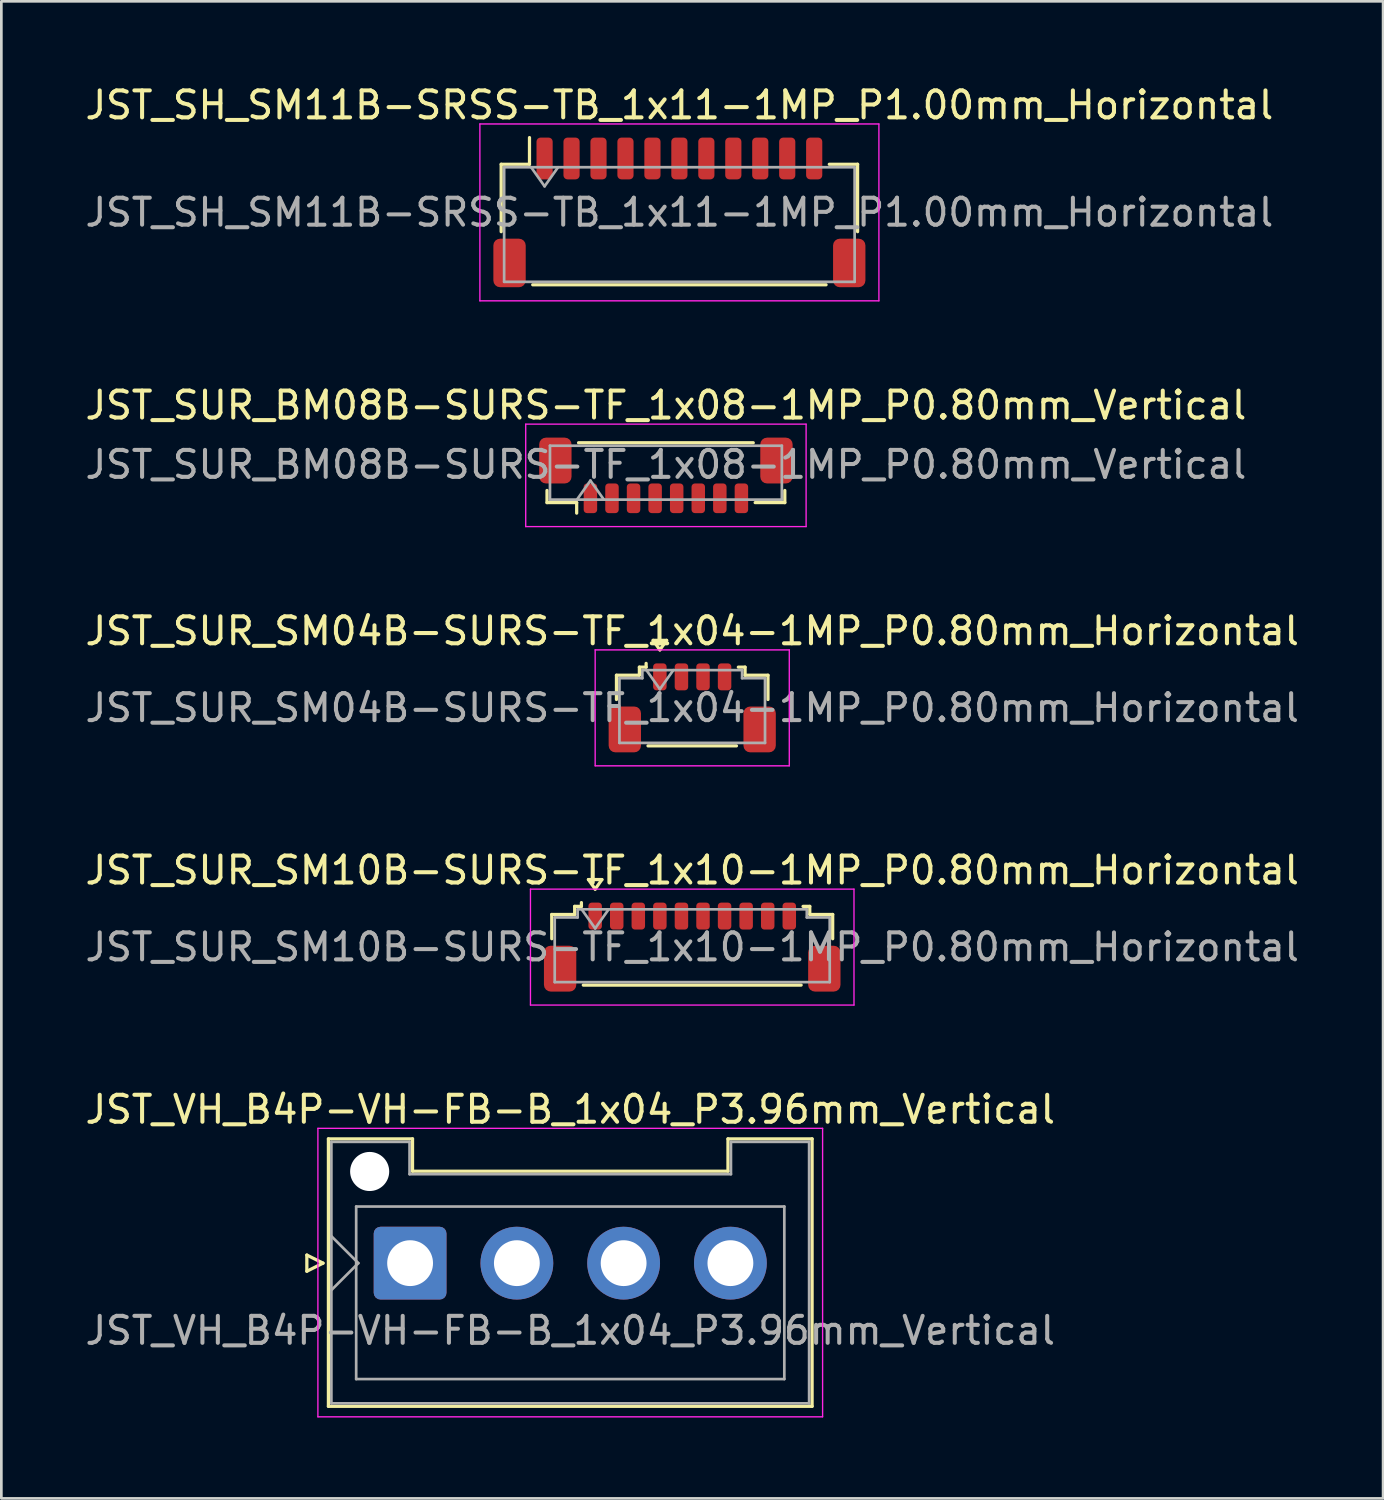
<source format=kicad_pcb>
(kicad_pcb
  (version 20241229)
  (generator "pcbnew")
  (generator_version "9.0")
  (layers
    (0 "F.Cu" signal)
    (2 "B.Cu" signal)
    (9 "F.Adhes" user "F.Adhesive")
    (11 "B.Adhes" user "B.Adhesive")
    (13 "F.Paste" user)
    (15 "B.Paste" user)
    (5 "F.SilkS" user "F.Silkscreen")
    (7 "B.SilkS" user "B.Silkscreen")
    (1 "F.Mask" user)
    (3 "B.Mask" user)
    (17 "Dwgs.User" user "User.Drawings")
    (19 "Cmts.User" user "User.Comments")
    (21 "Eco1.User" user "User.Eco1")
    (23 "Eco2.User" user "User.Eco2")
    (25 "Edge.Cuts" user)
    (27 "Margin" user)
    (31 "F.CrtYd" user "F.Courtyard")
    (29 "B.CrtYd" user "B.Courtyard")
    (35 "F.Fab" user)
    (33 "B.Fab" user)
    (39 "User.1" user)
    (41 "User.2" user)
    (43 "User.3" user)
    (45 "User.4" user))
  (footprint "JST_SUR_BM08B-SURS-TF_1x08-1MP_P0.80mm_Vertical"
    (layer "F.Cu")
    (at 21.649 14.582)
    (property "Reference" "JST_SUR_BM08B-SURS-TF_1x08-1MP_P0.80mm_Vertical" (at 0 -2.6 0) (layer "F.SilkS") (effects (font (size 1 1) (thickness 0.15))))
    (attr smd)
    (fp_line (start -4.41 0.56) (end -4.41 1.01) (stroke (width 0.12) (type solid)) (layer "F.SilkS"))
    (fp_line (start -4.41 1.01) (end -3.31 1.01) (stroke (width 0.12) (type solid)) (layer "F.SilkS"))
    (fp_line (start -3.31 1.01) (end -3.31 1.4) (stroke (width 0.12) (type solid)) (layer "F.SilkS"))
    (fp_line (start -3.24 -1.21) (end 3.24 -1.21) (stroke (width 0.12) (type solid)) (layer "F.SilkS"))
    (fp_line (start 4.41 0.56) (end 4.41 1.01) (stroke (width 0.12) (type solid)) (layer "F.SilkS"))
    (fp_line (start 4.41 1.01) (end 3.31 1.01) (stroke (width 0.12) (type solid)) (layer "F.SilkS"))
    (fp_line (start -5.2 -1.9) (end -5.2 1.9) (stroke (width 0.05) (type solid)) (layer "F.CrtYd"))
    (fp_line (start -5.2 1.9) (end 5.2 1.9) (stroke (width 0.05) (type solid)) (layer "F.CrtYd"))
    (fp_line (start 5.2 -1.9) (end -5.2 -1.9) (stroke (width 0.05) (type solid)) (layer "F.CrtYd"))
    (fp_line (start 5.2 1.9) (end 5.2 -1.9) (stroke (width 0.05) (type solid)) (layer "F.CrtYd"))
    (fp_line (start -4.3 -1.1) (end 4.3 -1.1) (stroke (width 0.1) (type solid)) (layer "F.Fab"))
    (fp_line (start -4.3 0.9) (end -4.3 -1.1) (stroke (width 0.1) (type solid)) (layer "F.Fab"))
    (fp_line (start -4.3 0.9) (end 4.3 0.9) (stroke (width 0.1) (type solid)) (layer "F.Fab"))
    (fp_line (start -3.3 0.9) (end -2.8 0.193) (stroke (width 0.1) (type solid)) (layer "F.Fab"))
    (fp_line (start -2.8 0.193) (end -2.3 0.9) (stroke (width 0.1) (type solid)) (layer "F.Fab"))
    (fp_line (start 4.3 0.9) (end 4.3 -1.1) (stroke (width 0.1) (type solid)) (layer "F.Fab"))
    (fp_text user "${REFERENCE}" (at 0 -0.4 0) (layer "F.Fab") (effects (font (size 1 1) (thickness 0.15))))
    (pad "1" smd roundrect (at -2.8 0.85) (size 0.5 1.1) (layers "F.Cu" "F.Mask" "F.Paste") (roundrect_rratio 0.25))
    (pad "2" smd roundrect (at -2 0.85) (size 0.5 1.1) (layers "F.Cu" "F.Mask" "F.Paste") (roundrect_rratio 0.25))
    (pad "3" smd roundrect (at -1.2 0.85) (size 0.5 1.1) (layers "F.Cu" "F.Mask" "F.Paste") (roundrect_rratio 0.25))
    (pad "4" smd roundrect (at -0.4 0.85) (size 0.5 1.1) (layers "F.Cu" "F.Mask" "F.Paste") (roundrect_rratio 0.25))
    (pad "5" smd roundrect (at 0.4 0.85) (size 0.5 1.1) (layers "F.Cu" "F.Mask" "F.Paste") (roundrect_rratio 0.25))
    (pad "6" smd roundrect (at 1.2 0.85) (size 0.5 1.1) (layers "F.Cu" "F.Mask" "F.Paste") (roundrect_rratio 0.25))
    (pad "7" smd roundrect (at 2 0.85) (size 0.5 1.1) (layers "F.Cu" "F.Mask" "F.Paste") (roundrect_rratio 0.25))
    (pad "8" smd roundrect (at 2.8 0.85) (size 0.5 1.1) (layers "F.Cu" "F.Mask" "F.Paste") (roundrect_rratio 0.25))
    (pad "MP" smd roundrect (at -4.1 -0.55) (size 1.2 1.7) (layers "F.Cu" "F.Mask" "F.Paste") (roundrect_rratio 0.208))
    (pad "MP" smd roundrect (at 4.1 -0.55) (size 1.2 1.7) (layers "F.Cu" "F.Mask" "F.Paste") (roundrect_rratio 0.208)))
  (footprint "JST_VH_B4P-VH-FB-B_1x04_P3.96mm_Vertical"
    (layer "F.Cu")
    (at 12.161 43.801)
    (property "Reference" "JST_VH_B4P-VH-FB-B_1x04_P3.96mm_Vertical" (at 5.94 -5.7 0) (layer "F.SilkS") (effects (font (size 1 1) (thickness 0.15))))
    (attr through_hole)
    (fp_line (start -3.83 -0.3) (end -3.23 0) (stroke (width 0.12) (type solid)) (layer "F.SilkS"))
    (fp_line (start -3.83 0.3) (end -3.83 -0.3) (stroke (width 0.12) (type solid)) (layer "F.SilkS"))
    (fp_line (start -3.23 0) (end -3.83 0.3) (stroke (width 0.12) (type solid)) (layer "F.SilkS"))
    (fp_line (start -3.03 -4.61) (end 0.09 -4.61) (stroke (width 0.12) (type solid)) (layer "F.SilkS"))
    (fp_line (start -3.03 5.31) (end -3.03 -4.61) (stroke (width 0.12) (type solid)) (layer "F.SilkS"))
    (fp_line (start 0.09 -4.61) (end 0.09 -3.41) (stroke (width 0.12) (type solid)) (layer "F.SilkS"))
    (fp_line (start 0.09 -3.41) (end 11.79 -3.41) (stroke (width 0.12) (type solid)) (layer "F.SilkS"))
    (fp_line (start 11.79 -4.61) (end 14.91 -4.61) (stroke (width 0.12) (type solid)) (layer "F.SilkS"))
    (fp_line (start 11.79 -3.41) (end 11.79 -4.61) (stroke (width 0.12) (type solid)) (layer "F.SilkS"))
    (fp_line (start 14.91 -4.61) (end 14.91 5.31) (stroke (width 0.12) (type solid)) (layer "F.SilkS"))
    (fp_line (start 14.91 5.31) (end -3.03 5.31) (stroke (width 0.12) (type solid)) (layer "F.SilkS"))
    (fp_line (start -3.42 -5) (end -3.42 5.7) (stroke (width 0.05) (type solid)) (layer "F.CrtYd"))
    (fp_line (start -3.42 5.7) (end 15.3 5.7) (stroke (width 0.05) (type solid)) (layer "F.CrtYd"))
    (fp_line (start 15.3 -5) (end -3.42 -5) (stroke (width 0.05) (type solid)) (layer "F.CrtYd"))
    (fp_line (start 15.3 5.7) (end 15.3 -5) (stroke (width 0.05) (type solid)) (layer "F.CrtYd"))
    (fp_line (start -2.92 -4.5) (end -0.02 -4.5) (stroke (width 0.1) (type solid)) (layer "F.Fab"))
    (fp_line (start -2.92 -1) (end -1.92 0) (stroke (width 0.1) (type solid)) (layer "F.Fab"))
    (fp_line (start -2.92 1) (end -1.92 0) (stroke (width 0.1) (type solid)) (layer "F.Fab"))
    (fp_line (start -2.92 5.2) (end -2.92 -4.5) (stroke (width 0.1) (type solid)) (layer "F.Fab"))
    (fp_line (start -2 -2.1) (end 13.88 -2.1) (stroke (width 0.1) (type solid)) (layer "F.Fab"))
    (fp_line (start -2 4.3) (end -2 -2.1) (stroke (width 0.1) (type solid)) (layer "F.Fab"))
    (fp_line (start -0.02 -4.5) (end -0.02 -3.3) (stroke (width 0.1) (type solid)) (layer "F.Fab"))
    (fp_line (start -0.02 -3.3) (end 11.9 -3.3) (stroke (width 0.1) (type solid)) (layer "F.Fab"))
    (fp_line (start 11.9 -4.5) (end 14.8 -4.5) (stroke (width 0.1) (type solid)) (layer "F.Fab"))
    (fp_line (start 11.9 -3.3) (end 11.9 -4.5) (stroke (width 0.1) (type solid)) (layer "F.Fab"))
    (fp_line (start 13.88 -2.1) (end 13.88 4.3) (stroke (width 0.1) (type solid)) (layer "F.Fab"))
    (fp_line (start 13.88 4.3) (end -2 4.3) (stroke (width 0.1) (type solid)) (layer "F.Fab"))
    (fp_line (start 14.8 -4.5) (end 14.8 5.2) (stroke (width 0.1) (type solid)) (layer "F.Fab"))
    (fp_line (start 14.8 5.2) (end -2.92 5.2) (stroke (width 0.1) (type solid)) (layer "F.Fab"))
    (fp_text user "${REFERENCE}" (at 5.94 2.5 0) (layer "F.Fab") (effects (font (size 1 1) (thickness 0.15))))
    (pad "" np_thru_hole circle (at -1.5 -3.4) (size 1.45 1.45) (drill 1.45) (layers "*.Cu" "*.Mask"))
    (pad "1" thru_hole roundrect (at 0 0) (size 2.7 2.7) (drill 1.7) (layers "*.Cu" "*.Mask") (roundrect_rratio 0.093))
    (pad "2" thru_hole circle (at 3.96 0) (size 2.7 2.7) (drill 1.7) (layers "*.Cu" "*.Mask"))
    (pad "3" thru_hole circle (at 7.92 0) (size 2.7 2.7) (drill 1.7) (layers "*.Cu" "*.Mask"))
    (pad "4" thru_hole circle (at 11.88 0) (size 2.7 2.7) (drill 1.7) (layers "*.Cu" "*.Mask")))
  (footprint "JST_SUR_SM10B-SURS-TF_1x10-1MP_P0.80mm_Horizontal"
    (layer "F.Cu")
    (at 22.625 32.078)
    (property "Reference" "JST_SUR_SM10B-SURS-TF_1x10-1MP_P0.80mm_Horizontal" (at 0 -2.85 0) (layer "F.SilkS") (effects (font (size 1 1) (thickness 0.15))))
    (attr smd)
    (fp_line (start -5.21 -1.21) (end -4.36 -1.21) (stroke (width 0.12) (type solid)) (layer "F.SilkS"))
    (fp_line (start -5.21 -0.31) (end -5.21 -1.21) (stroke (width 0.12) (type solid)) (layer "F.SilkS"))
    (fp_line (start -4.36 -1.51) (end -4.11 -1.51) (stroke (width 0.12) (type solid)) (layer "F.SilkS"))
    (fp_line (start -4.36 -1.21) (end -4.36 -1.51) (stroke (width 0.12) (type solid)) (layer "F.SilkS"))
    (fp_line (start -4.11 -1.51) (end -4.11 -1.65) (stroke (width 0.12) (type solid)) (layer "F.SilkS"))
    (fp_line (start -4.04 1.41) (end 4.04 1.41) (stroke (width 0.12) (type solid)) (layer "F.SilkS"))
    (fp_line (start -3.85 -2.504) (end -3.6 -2.15) (stroke (width 0.12) (type solid)) (layer "F.SilkS"))
    (fp_line (start -3.6 -2.15) (end -3.35 -2.504) (stroke (width 0.12) (type solid)) (layer "F.SilkS"))
    (fp_line (start -3.35 -2.504) (end -3.85 -2.504) (stroke (width 0.12) (type solid)) (layer "F.SilkS"))
    (fp_line (start 4.36 -1.51) (end 4.11 -1.51) (stroke (width 0.12) (type solid)) (layer "F.SilkS"))
    (fp_line (start 4.36 -1.21) (end 4.36 -1.51) (stroke (width 0.12) (type solid)) (layer "F.SilkS"))
    (fp_line (start 5.21 -1.21) (end 4.36 -1.21) (stroke (width 0.12) (type solid)) (layer "F.SilkS"))
    (fp_line (start 5.21 -0.31) (end 5.21 -1.21) (stroke (width 0.12) (type solid)) (layer "F.SilkS"))
    (fp_line (start -6 -2.15) (end -6 2.15) (stroke (width 0.05) (type solid)) (layer "F.CrtYd"))
    (fp_line (start -6 2.15) (end 6 2.15) (stroke (width 0.05) (type solid)) (layer "F.CrtYd"))
    (fp_line (start 6 -2.15) (end -6 -2.15) (stroke (width 0.05) (type solid)) (layer "F.CrtYd"))
    (fp_line (start 6 2.15) (end 6 -2.15) (stroke (width 0.05) (type solid)) (layer "F.CrtYd"))
    (fp_line (start -5.1 -1.1) (end -5.1 1.3) (stroke (width 0.1) (type solid)) (layer "F.Fab"))
    (fp_line (start -5.1 -1.1) (end -4.25 -1.1) (stroke (width 0.1) (type solid)) (layer "F.Fab"))
    (fp_line (start -5.1 1.3) (end 5.1 1.3) (stroke (width 0.1) (type solid)) (layer "F.Fab"))
    (fp_line (start -4.25 -1.4) (end 4.25 -1.4) (stroke (width 0.1) (type solid)) (layer "F.Fab"))
    (fp_line (start -4.25 -1.1) (end -4.25 -1.4) (stroke (width 0.1) (type solid)) (layer "F.Fab"))
    (fp_line (start -4.1 -1.4) (end -3.6 -0.693) (stroke (width 0.1) (type solid)) (layer "F.Fab"))
    (fp_line (start -3.6 -0.693) (end -3.1 -1.4) (stroke (width 0.1) (type solid)) (layer "F.Fab"))
    (fp_line (start 4.25 -1.4) (end 4.25 -1.1) (stroke (width 0.1) (type solid)) (layer "F.Fab"))
    (fp_line (start 4.25 -1.1) (end 5.1 -1.1) (stroke (width 0.1) (type solid)) (layer "F.Fab"))
    (fp_line (start 5.1 -1.1) (end 5.1 1.3) (stroke (width 0.1) (type solid)) (layer "F.Fab"))
    (fp_text user "${REFERENCE}" (at 0 0 0) (layer "F.Fab") (effects (font (size 1 1) (thickness 0.15))))
    (pad "1" smd roundrect (at -3.6 -1.15) (size 0.5 1) (layers "F.Cu" "F.Mask" "F.Paste") (roundrect_rratio 0.25))
    (pad "2" smd roundrect (at -2.8 -1.15) (size 0.5 1) (layers "F.Cu" "F.Mask" "F.Paste") (roundrect_rratio 0.25))
    (pad "3" smd roundrect (at -2 -1.15) (size 0.5 1) (layers "F.Cu" "F.Mask" "F.Paste") (roundrect_rratio 0.25))
    (pad "4" smd roundrect (at -1.2 -1.15) (size 0.5 1) (layers "F.Cu" "F.Mask" "F.Paste") (roundrect_rratio 0.25))
    (pad "5" smd roundrect (at -0.4 -1.15) (size 0.5 1) (layers "F.Cu" "F.Mask" "F.Paste") (roundrect_rratio 0.25))
    (pad "6" smd roundrect (at 0.4 -1.15) (size 0.5 1) (layers "F.Cu" "F.Mask" "F.Paste") (roundrect_rratio 0.25))
    (pad "7" smd roundrect (at 1.2 -1.15) (size 0.5 1) (layers "F.Cu" "F.Mask" "F.Paste") (roundrect_rratio 0.25))
    (pad "8" smd roundrect (at 2 -1.15) (size 0.5 1) (layers "F.Cu" "F.Mask" "F.Paste") (roundrect_rratio 0.25))
    (pad "9" smd roundrect (at 2.8 -1.15) (size 0.5 1) (layers "F.Cu" "F.Mask" "F.Paste") (roundrect_rratio 0.25))
    (pad "10" smd roundrect (at 3.6 -1.15) (size 0.5 1) (layers "F.Cu" "F.Mask" "F.Paste") (roundrect_rratio 0.25))
    (pad "MP" smd roundrect (at -4.9 0.8) (size 1.2 1.7) (layers "F.Cu" "F.Mask" "F.Paste") (roundrect_rratio 0.208))
    (pad "MP" smd roundrect (at 4.9 0.8) (size 1.2 1.7) (layers "F.Cu" "F.Mask" "F.Paste") (roundrect_rratio 0.208)))
  (footprint "JST_SH_SM11B-SRSS-TB_1x11-1MP_P1.00mm_Horizontal"
    (layer "F.Cu")
    (at 22.149 4.828)
    (property "Reference" "JST_SH_SM11B-SRSS-TB_1x11-1MP_P1.00mm_Horizontal" (at 0 -3.98 0) (layer "F.SilkS") (effects (font (size 1 1) (thickness 0.15))))
    (attr smd)
    (fp_line (start -6.61 -1.785) (end -5.56 -1.785) (stroke (width 0.12) (type solid)) (layer "F.SilkS"))
    (fp_line (start -6.61 0.715) (end -6.61 -1.785) (stroke (width 0.12) (type solid)) (layer "F.SilkS"))
    (fp_line (start -5.56 -1.785) (end -5.56 -2.775) (stroke (width 0.12) (type solid)) (layer "F.SilkS"))
    (fp_line (start -5.44 2.685) (end 5.44 2.685) (stroke (width 0.12) (type solid)) (layer "F.SilkS"))
    (fp_line (start 6.61 -1.785) (end 5.56 -1.785) (stroke (width 0.12) (type solid)) (layer "F.SilkS"))
    (fp_line (start 6.61 0.715) (end 6.61 -1.785) (stroke (width 0.12) (type solid)) (layer "F.SilkS"))
    (fp_line (start -7.4 -3.28) (end -7.4 3.28) (stroke (width 0.05) (type solid)) (layer "F.CrtYd"))
    (fp_line (start -7.4 3.28) (end 7.4 3.28) (stroke (width 0.05) (type solid)) (layer "F.CrtYd"))
    (fp_line (start 7.4 -3.28) (end -7.4 -3.28) (stroke (width 0.05) (type solid)) (layer "F.CrtYd"))
    (fp_line (start 7.4 3.28) (end 7.4 -3.28) (stroke (width 0.05) (type solid)) (layer "F.CrtYd"))
    (fp_line (start -6.5 -1.675) (end -6.5 2.575) (stroke (width 0.1) (type solid)) (layer "F.Fab"))
    (fp_line (start -6.5 -1.675) (end 6.5 -1.675) (stroke (width 0.1) (type solid)) (layer "F.Fab"))
    (fp_line (start -6.5 2.575) (end 6.5 2.575) (stroke (width 0.1) (type solid)) (layer "F.Fab"))
    (fp_line (start -5.5 -1.675) (end -5 -0.968) (stroke (width 0.1) (type solid)) (layer "F.Fab"))
    (fp_line (start -5 -0.968) (end -4.5 -1.675) (stroke (width 0.1) (type solid)) (layer "F.Fab"))
    (fp_line (start 6.5 -1.675) (end 6.5 2.575) (stroke (width 0.1) (type solid)) (layer "F.Fab"))
    (fp_text user "${REFERENCE}" (at 0 0 0) (layer "F.Fab") (effects (font (size 1 1) (thickness 0.15))))
    (pad "1" smd roundrect (at -5 -2) (size 0.6 1.55) (layers "F.Cu" "F.Mask" "F.Paste") (roundrect_rratio 0.25))
    (pad "2" smd roundrect (at -4 -2) (size 0.6 1.55) (layers "F.Cu" "F.Mask" "F.Paste") (roundrect_rratio 0.25))
    (pad "3" smd roundrect (at -3 -2) (size 0.6 1.55) (layers "F.Cu" "F.Mask" "F.Paste") (roundrect_rratio 0.25))
    (pad "4" smd roundrect (at -2 -2) (size 0.6 1.55) (layers "F.Cu" "F.Mask" "F.Paste") (roundrect_rratio 0.25))
    (pad "5" smd roundrect (at -1 -2) (size 0.6 1.55) (layers "F.Cu" "F.Mask" "F.Paste") (roundrect_rratio 0.25))
    (pad "6" smd roundrect (at 0 -2) (size 0.6 1.55) (layers "F.Cu" "F.Mask" "F.Paste") (roundrect_rratio 0.25))
    (pad "7" smd roundrect (at 1 -2) (size 0.6 1.55) (layers "F.Cu" "F.Mask" "F.Paste") (roundrect_rratio 0.25))
    (pad "8" smd roundrect (at 2 -2) (size 0.6 1.55) (layers "F.Cu" "F.Mask" "F.Paste") (roundrect_rratio 0.25))
    (pad "9" smd roundrect (at 3 -2) (size 0.6 1.55) (layers "F.Cu" "F.Mask" "F.Paste") (roundrect_rratio 0.25))
    (pad "10" smd roundrect (at 4 -2) (size 0.6 1.55) (layers "F.Cu" "F.Mask" "F.Paste") (roundrect_rratio 0.25))
    (pad "11" smd roundrect (at 5 -2) (size 0.6 1.55) (layers "F.Cu" "F.Mask" "F.Paste") (roundrect_rratio 0.25))
    (pad "MP" smd roundrect (at -6.3 1.875) (size 1.2 1.8) (layers "F.Cu" "F.Mask" "F.Paste") (roundrect_rratio 0.208))
    (pad "MP" smd roundrect (at 6.3 1.875) (size 1.2 1.8) (layers "F.Cu" "F.Mask" "F.Paste") (roundrect_rratio 0.208)))
  (footprint "JST_SUR_SM04B-SURS-TF_1x04-1MP_P0.80mm_Horizontal"
    (layer "F.Cu")
    (at 22.625 23.205)
    (property "Reference" "JST_SUR_SM04B-SURS-TF_1x04-1MP_P0.80mm_Horizontal" (at 0 -2.85 0) (layer "F.SilkS") (effects (font (size 1 1) (thickness 0.15))))
    (attr smd)
    (fp_line (start -2.81 -1.21) (end -1.96 -1.21) (stroke (width 0.12) (type solid)) (layer "F.SilkS"))
    (fp_line (start -2.81 -0.31) (end -2.81 -1.21) (stroke (width 0.12) (type solid)) (layer "F.SilkS"))
    (fp_line (start -1.96 -1.51) (end -1.71 -1.51) (stroke (width 0.12) (type solid)) (layer "F.SilkS"))
    (fp_line (start -1.96 -1.21) (end -1.96 -1.51) (stroke (width 0.12) (type solid)) (layer "F.SilkS"))
    (fp_line (start -1.71 -1.51) (end -1.71 -1.65) (stroke (width 0.12) (type solid)) (layer "F.SilkS"))
    (fp_line (start -1.64 1.41) (end 1.64 1.41) (stroke (width 0.12) (type solid)) (layer "F.SilkS"))
    (fp_line (start -1.45 -2.504) (end -1.2 -2.15) (stroke (width 0.12) (type solid)) (layer "F.SilkS"))
    (fp_line (start -1.2 -2.15) (end -0.95 -2.504) (stroke (width 0.12) (type solid)) (layer "F.SilkS"))
    (fp_line (start -0.95 -2.504) (end -1.45 -2.504) (stroke (width 0.12) (type solid)) (layer "F.SilkS"))
    (fp_line (start 1.96 -1.51) (end 1.71 -1.51) (stroke (width 0.12) (type solid)) (layer "F.SilkS"))
    (fp_line (start 1.96 -1.21) (end 1.96 -1.51) (stroke (width 0.12) (type solid)) (layer "F.SilkS"))
    (fp_line (start 2.81 -1.21) (end 1.96 -1.21) (stroke (width 0.12) (type solid)) (layer "F.SilkS"))
    (fp_line (start 2.81 -0.31) (end 2.81 -1.21) (stroke (width 0.12) (type solid)) (layer "F.SilkS"))
    (fp_line (start -3.6 -2.15) (end -3.6 2.15) (stroke (width 0.05) (type solid)) (layer "F.CrtYd"))
    (fp_line (start -3.6 2.15) (end 3.6 2.15) (stroke (width 0.05) (type solid)) (layer "F.CrtYd"))
    (fp_line (start 3.6 -2.15) (end -3.6 -2.15) (stroke (width 0.05) (type solid)) (layer "F.CrtYd"))
    (fp_line (start 3.6 2.15) (end 3.6 -2.15) (stroke (width 0.05) (type solid)) (layer "F.CrtYd"))
    (fp_line (start -2.7 -1.1) (end -2.7 1.3) (stroke (width 0.1) (type solid)) (layer "F.Fab"))
    (fp_line (start -2.7 -1.1) (end -1.85 -1.1) (stroke (width 0.1) (type solid)) (layer "F.Fab"))
    (fp_line (start -2.7 1.3) (end 2.7 1.3) (stroke (width 0.1) (type solid)) (layer "F.Fab"))
    (fp_line (start -1.85 -1.4) (end 1.85 -1.4) (stroke (width 0.1) (type solid)) (layer "F.Fab"))
    (fp_line (start -1.85 -1.1) (end -1.85 -1.4) (stroke (width 0.1) (type solid)) (layer "F.Fab"))
    (fp_line (start -1.7 -1.4) (end -1.2 -0.693) (stroke (width 0.1) (type solid)) (layer "F.Fab"))
    (fp_line (start -1.2 -0.693) (end -0.7 -1.4) (stroke (width 0.1) (type solid)) (layer "F.Fab"))
    (fp_line (start 1.85 -1.4) (end 1.85 -1.1) (stroke (width 0.1) (type solid)) (layer "F.Fab"))
    (fp_line (start 1.85 -1.1) (end 2.7 -1.1) (stroke (width 0.1) (type solid)) (layer "F.Fab"))
    (fp_line (start 2.7 -1.1) (end 2.7 1.3) (stroke (width 0.1) (type solid)) (layer "F.Fab"))
    (fp_text user "${REFERENCE}" (at 0 0 0) (layer "F.Fab") (effects (font (size 1 1) (thickness 0.15))))
    (pad "1" smd roundrect (at -1.2 -1.15) (size 0.5 1) (layers "F.Cu" "F.Mask" "F.Paste") (roundrect_rratio 0.25))
    (pad "2" smd roundrect (at -0.4 -1.15) (size 0.5 1) (layers "F.Cu" "F.Mask" "F.Paste") (roundrect_rratio 0.25))
    (pad "3" smd roundrect (at 0.4 -1.15) (size 0.5 1) (layers "F.Cu" "F.Mask" "F.Paste") (roundrect_rratio 0.25))
    (pad "4" smd roundrect (at 1.2 -1.15) (size 0.5 1) (layers "F.Cu" "F.Mask" "F.Paste") (roundrect_rratio 0.25))
    (pad "MP" smd roundrect (at -2.5 0.8) (size 1.2 1.7) (layers "F.Cu" "F.Mask" "F.Paste") (roundrect_rratio 0.208))
    (pad "MP" smd roundrect (at 2.5 0.8) (size 1.2 1.7) (layers "F.Cu" "F.Mask" "F.Paste") (roundrect_rratio 0.208)))
  (gr_rect
    (start -3 -3)
    (end 48.25 52.526)
    (stroke (width 0.1) (type default))
    (fill no)
    (layer "Edge.Cuts")))
</source>
